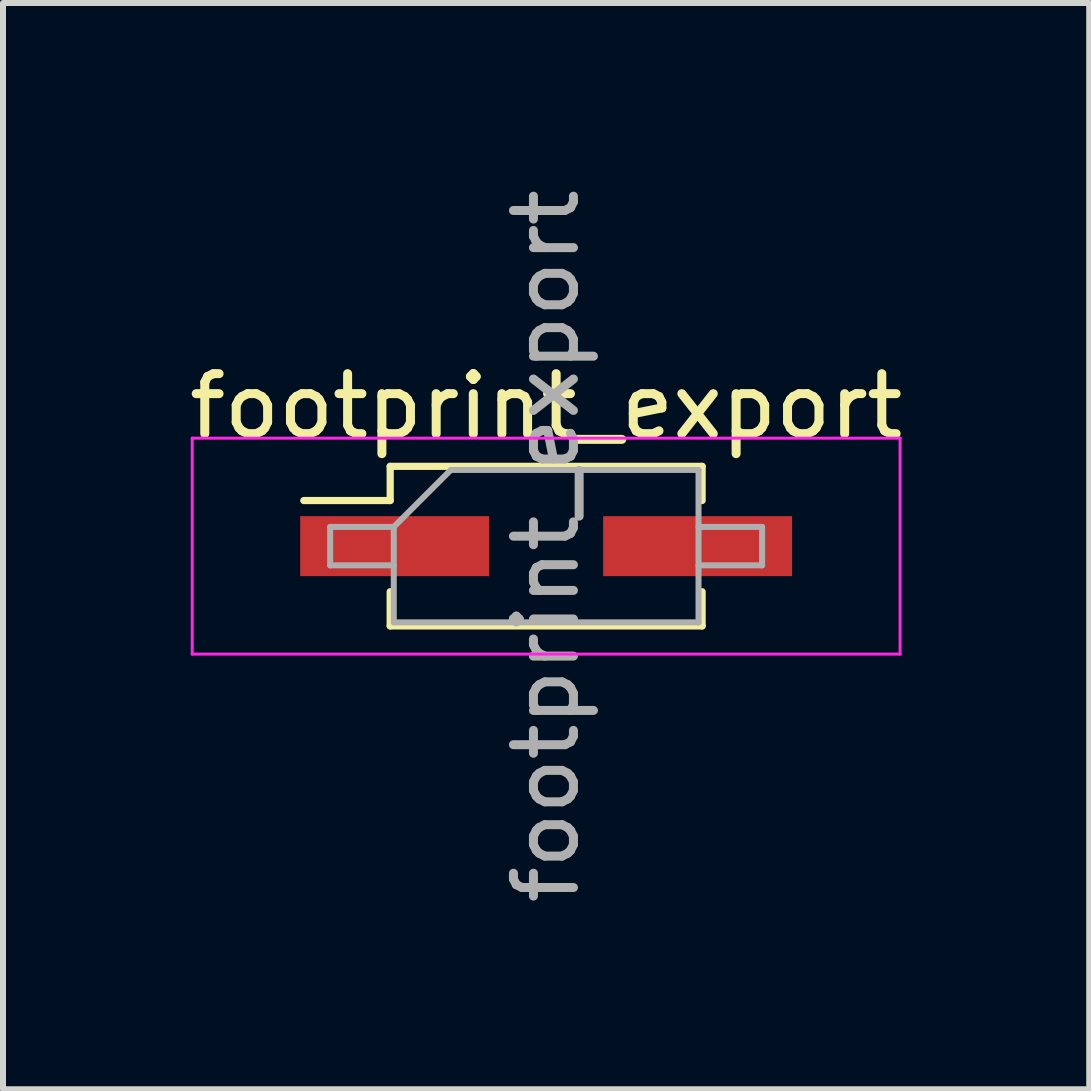
<source format=kicad_pcb>
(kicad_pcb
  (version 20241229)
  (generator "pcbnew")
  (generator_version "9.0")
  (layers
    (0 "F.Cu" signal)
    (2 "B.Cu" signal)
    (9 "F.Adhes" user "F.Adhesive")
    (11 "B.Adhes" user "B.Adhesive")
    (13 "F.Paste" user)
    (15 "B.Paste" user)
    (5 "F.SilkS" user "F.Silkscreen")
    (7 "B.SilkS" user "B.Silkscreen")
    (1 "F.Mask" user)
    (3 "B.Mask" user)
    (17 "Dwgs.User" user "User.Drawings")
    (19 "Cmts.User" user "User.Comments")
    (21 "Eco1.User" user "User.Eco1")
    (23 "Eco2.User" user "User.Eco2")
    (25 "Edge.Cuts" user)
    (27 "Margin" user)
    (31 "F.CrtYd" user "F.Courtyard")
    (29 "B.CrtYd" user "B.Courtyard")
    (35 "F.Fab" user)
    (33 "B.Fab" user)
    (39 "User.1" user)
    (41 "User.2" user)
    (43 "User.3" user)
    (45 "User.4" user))
  (footprint "footprint_export"
    (layer "F.Cu")
    (at 6.054 6.054)
    (property "Reference" "footprint_export" (at 0 -2.33 0) (layer "F.SilkS") (effects (font (size 1 1) (thickness 0.15))))
    (attr smd)
    (fp_line (start -4.04 -0.76) (end -2.6 -0.76) (stroke (width 0.12) (type solid)) (layer "F.SilkS"))
    (fp_line (start -2.6 -1.33) (end -2.6 -0.76) (stroke (width 0.12) (type solid)) (layer "F.SilkS"))
    (fp_line (start -2.6 -1.33) (end 2.6 -1.33) (stroke (width 0.12) (type solid)) (layer "F.SilkS"))
    (fp_line (start -2.6 0.76) (end -2.6 1.33) (stroke (width 0.12) (type solid)) (layer "F.SilkS"))
    (fp_line (start -2.6 1.33) (end 2.6 1.33) (stroke (width 0.12) (type solid)) (layer "F.SilkS"))
    (fp_line (start 2.6 -1.33) (end 2.6 -0.76) (stroke (width 0.12) (type solid)) (layer "F.SilkS"))
    (fp_line (start 2.6 0.76) (end 2.6 1.33) (stroke (width 0.12) (type solid)) (layer "F.SilkS"))
    (fp_line (start -5.9 -1.8) (end -5.9 1.8) (stroke (width 0.05) (type solid)) (layer "F.CrtYd"))
    (fp_line (start -5.9 1.8) (end 5.9 1.8) (stroke (width 0.05) (type solid)) (layer "F.CrtYd"))
    (fp_line (start 5.9 -1.8) (end -5.9 -1.8) (stroke (width 0.05) (type solid)) (layer "F.CrtYd"))
    (fp_line (start 5.9 1.8) (end 5.9 -1.8) (stroke (width 0.05) (type solid)) (layer "F.CrtYd"))
    (fp_line (start -3.6 -0.32) (end -3.6 0.32) (stroke (width 0.1) (type solid)) (layer "F.Fab"))
    (fp_line (start -3.6 0.32) (end -2.54 0.32) (stroke (width 0.1) (type solid)) (layer "F.Fab"))
    (fp_line (start -2.54 -0.32) (end -3.6 -0.32) (stroke (width 0.1) (type solid)) (layer "F.Fab"))
    (fp_line (start -2.54 -0.32) (end -1.59 -1.27) (stroke (width 0.1) (type solid)) (layer "F.Fab"))
    (fp_line (start -2.54 1.27) (end -2.54 -0.32) (stroke (width 0.1) (type solid)) (layer "F.Fab"))
    (fp_line (start -1.59 -1.27) (end 2.54 -1.27) (stroke (width 0.1) (type solid)) (layer "F.Fab"))
    (fp_line (start 2.54 -1.27) (end 2.54 1.27) (stroke (width 0.1) (type solid)) (layer "F.Fab"))
    (fp_line (start 2.54 -0.32) (end 3.6 -0.32) (stroke (width 0.1) (type solid)) (layer "F.Fab"))
    (fp_line (start 2.54 1.27) (end -2.54 1.27) (stroke (width 0.1) (type solid)) (layer "F.Fab"))
    (fp_line (start 3.6 -0.32) (end 3.6 0.32) (stroke (width 0.1) (type solid)) (layer "F.Fab"))
    (fp_line (start 3.6 0.32) (end 2.54 0.32) (stroke (width 0.1) (type solid)) (layer "F.Fab"))
    (fp_text user "${REFERENCE}" (at 0 0 90) (layer "F.Fab") (effects (font (size 1 1) (thickness 0.15))))
    (pad "1" smd rect (at -2.525 0) (size 3.15 1) (layers "F.Cu" "F.Mask" "F.Paste"))
    (pad "2" smd rect (at 2.525 0) (size 3.15 1) (layers "F.Cu" "F.Mask" "F.Paste")))
  (gr_rect
    (start -3 -3)
    (end 15.107 15.107)
    (stroke (width 0.1) (type default))
    (fill no)
    (layer "Edge.Cuts")))
</source>
